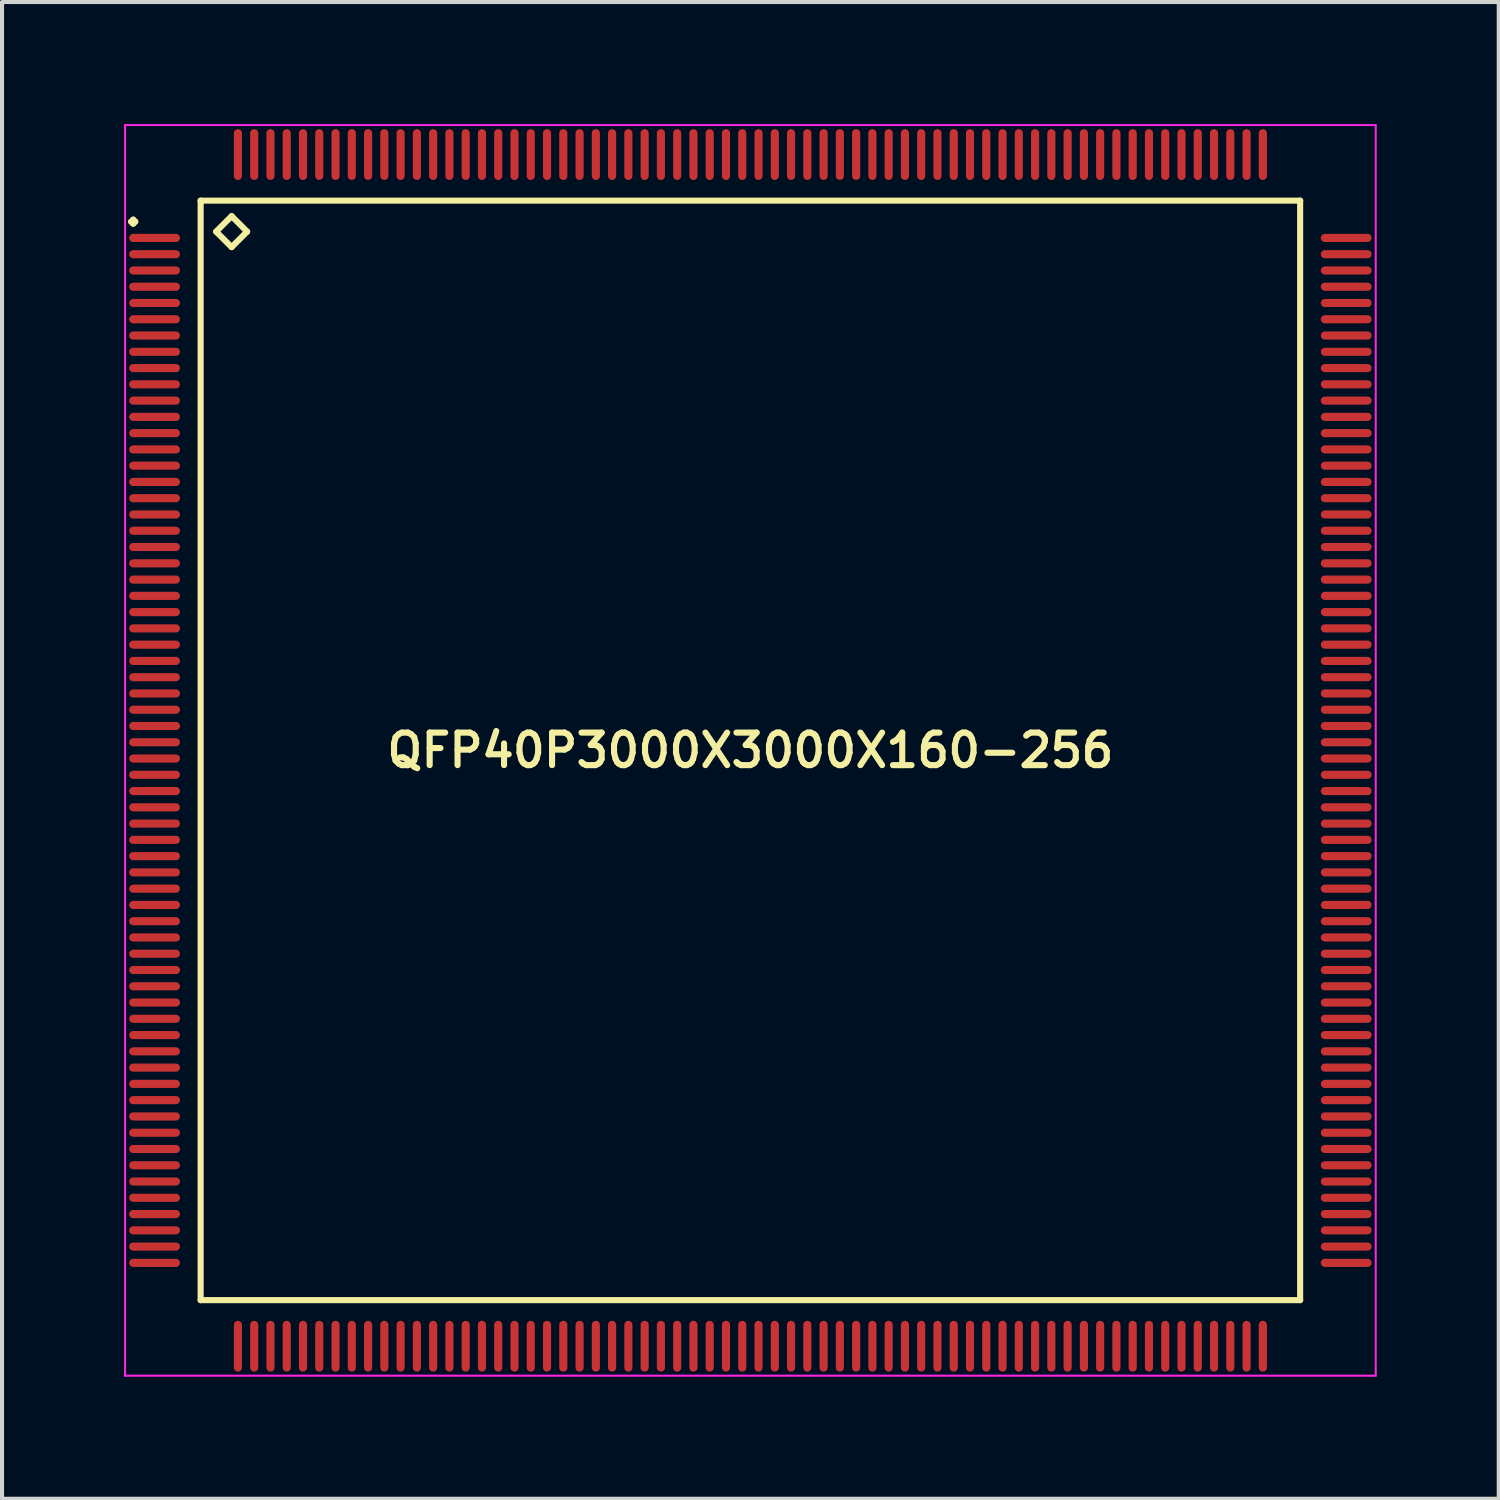
<source format=kicad_pcb>
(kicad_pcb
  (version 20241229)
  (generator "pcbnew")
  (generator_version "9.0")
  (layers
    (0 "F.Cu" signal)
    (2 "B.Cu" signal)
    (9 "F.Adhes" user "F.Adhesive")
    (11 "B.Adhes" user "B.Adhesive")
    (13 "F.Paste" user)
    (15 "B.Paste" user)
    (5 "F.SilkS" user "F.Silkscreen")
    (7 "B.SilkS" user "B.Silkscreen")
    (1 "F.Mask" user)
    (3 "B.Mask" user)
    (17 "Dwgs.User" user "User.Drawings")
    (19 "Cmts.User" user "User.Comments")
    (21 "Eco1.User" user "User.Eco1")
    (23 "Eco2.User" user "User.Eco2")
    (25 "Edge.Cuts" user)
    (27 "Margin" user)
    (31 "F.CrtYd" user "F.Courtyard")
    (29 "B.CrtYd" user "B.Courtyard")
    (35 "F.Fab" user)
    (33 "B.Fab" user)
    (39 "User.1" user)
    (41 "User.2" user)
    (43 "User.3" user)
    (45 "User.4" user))
  (footprint "QFP40P3000X3000X160-256"
    (layer "F.Cu")
    (at 15.4 15.4)
    (property "Reference" "QFP40P3000X3000X160-256" (at 0 0 0) (layer "F.SilkS") (effects (font (size 0.8 0.8) (thickness 0.15))))
    (attr smd)
    (fp_line (start -15.225 -13) (end -15.175 -13.05) (stroke (width 0.15) (type solid)) (layer "F.SilkS"))
    (fp_line (start -15.175 -13.05) (end -15.125 -13) (stroke (width 0.15) (type solid)) (layer "F.SilkS"))
    (fp_line (start -15.175 -12.95) (end -15.225 -13) (stroke (width 0.15) (type solid)) (layer "F.SilkS"))
    (fp_line (start -15.125 -13) (end -15.175 -12.95) (stroke (width 0.15) (type solid)) (layer "F.SilkS"))
    (fp_line (start -13.517 -13.517) (end -13.517 13.517) (stroke (width 0.15) (type solid)) (layer "F.SilkS"))
    (fp_line (start -13.517 13.517) (end 13.517 13.517) (stroke (width 0.15) (type solid)) (layer "F.SilkS"))
    (fp_line (start -13.136 -12.755) (end -12.755 -13.136) (stroke (width 0.15) (type solid)) (layer "F.SilkS"))
    (fp_line (start -12.755 -13.136) (end -12.374 -12.755) (stroke (width 0.15) (type solid)) (layer "F.SilkS"))
    (fp_line (start -12.755 -12.374) (end -13.136 -12.755) (stroke (width 0.15) (type solid)) (layer "F.SilkS"))
    (fp_line (start -12.374 -12.755) (end -12.755 -12.374) (stroke (width 0.15) (type solid)) (layer "F.SilkS"))
    (fp_line (start 13.517 -13.517) (end -13.517 -13.517) (stroke (width 0.15) (type solid)) (layer "F.SilkS"))
    (fp_line (start 13.517 13.517) (end 13.517 -13.517) (stroke (width 0.15) (type solid)) (layer "F.SilkS"))
    (fp_line (start -15.375 -15.375) (end 15.375 -15.375) (stroke (width 0.05) (type solid)) (layer "F.CrtYd"))
    (fp_line (start -15.375 15.375) (end -15.375 -15.375) (stroke (width 0.05) (type solid)) (layer "F.CrtYd"))
    (fp_line (start 15.375 -15.375) (end 15.375 15.375) (stroke (width 0.05) (type solid)) (layer "F.CrtYd"))
    (fp_line (start 15.375 15.375) (end -15.375 15.375) (stroke (width 0.05) (type solid)) (layer "F.CrtYd"))
    (pad "1" smd oval (at -14.65 -12.6) (size 1.25 0.2) (layers "F.Cu" "F.Mask" "F.Paste"))
    (pad "2" smd oval (at -14.65 -12.2) (size 1.25 0.2) (layers "F.Cu" "F.Mask" "F.Paste"))
    (pad "3" smd oval (at -14.65 -11.8) (size 1.25 0.2) (layers "F.Cu" "F.Mask" "F.Paste"))
    (pad "4" smd oval (at -14.65 -11.4) (size 1.25 0.2) (layers "F.Cu" "F.Mask" "F.Paste"))
    (pad "5" smd oval (at -14.65 -11) (size 1.25 0.2) (layers "F.Cu" "F.Mask" "F.Paste"))
    (pad "6" smd oval (at -14.65 -10.6) (size 1.25 0.2) (layers "F.Cu" "F.Mask" "F.Paste"))
    (pad "7" smd oval (at -14.65 -10.2) (size 1.25 0.2) (layers "F.Cu" "F.Mask" "F.Paste"))
    (pad "8" smd oval (at -14.65 -9.8) (size 1.25 0.2) (layers "F.Cu" "F.Mask" "F.Paste"))
    (pad "9" smd oval (at -14.65 -9.4) (size 1.25 0.2) (layers "F.Cu" "F.Mask" "F.Paste"))
    (pad "10" smd oval (at -14.65 -9) (size 1.25 0.2) (layers "F.Cu" "F.Mask" "F.Paste"))
    (pad "11" smd oval (at -14.65 -8.6) (size 1.25 0.2) (layers "F.Cu" "F.Mask" "F.Paste"))
    (pad "12" smd oval (at -14.65 -8.2) (size 1.25 0.2) (layers "F.Cu" "F.Mask" "F.Paste"))
    (pad "13" smd oval (at -14.65 -7.8) (size 1.25 0.2) (layers "F.Cu" "F.Mask" "F.Paste"))
    (pad "14" smd oval (at -14.65 -7.4) (size 1.25 0.2) (layers "F.Cu" "F.Mask" "F.Paste"))
    (pad "15" smd oval (at -14.65 -7) (size 1.25 0.2) (layers "F.Cu" "F.Mask" "F.Paste"))
    (pad "16" smd oval (at -14.65 -6.6) (size 1.25 0.2) (layers "F.Cu" "F.Mask" "F.Paste"))
    (pad "17" smd oval (at -14.65 -6.2) (size 1.25 0.2) (layers "F.Cu" "F.Mask" "F.Paste"))
    (pad "18" smd oval (at -14.65 -5.8) (size 1.25 0.2) (layers "F.Cu" "F.Mask" "F.Paste"))
    (pad "19" smd oval (at -14.65 -5.4) (size 1.25 0.2) (layers "F.Cu" "F.Mask" "F.Paste"))
    (pad "20" smd oval (at -14.65 -5) (size 1.25 0.2) (layers "F.Cu" "F.Mask" "F.Paste"))
    (pad "21" smd oval (at -14.65 -4.6) (size 1.25 0.2) (layers "F.Cu" "F.Mask" "F.Paste"))
    (pad "22" smd oval (at -14.65 -4.2) (size 1.25 0.2) (layers "F.Cu" "F.Mask" "F.Paste"))
    (pad "23" smd oval (at -14.65 -3.8) (size 1.25 0.2) (layers "F.Cu" "F.Mask" "F.Paste"))
    (pad "24" smd oval (at -14.65 -3.4) (size 1.25 0.2) (layers "F.Cu" "F.Mask" "F.Paste"))
    (pad "25" smd oval (at -14.65 -3) (size 1.25 0.2) (layers "F.Cu" "F.Mask" "F.Paste"))
    (pad "26" smd oval (at -14.65 -2.6) (size 1.25 0.2) (layers "F.Cu" "F.Mask" "F.Paste"))
    (pad "27" smd oval (at -14.65 -2.2) (size 1.25 0.2) (layers "F.Cu" "F.Mask" "F.Paste"))
    (pad "28" smd oval (at -14.65 -1.8) (size 1.25 0.2) (layers "F.Cu" "F.Mask" "F.Paste"))
    (pad "29" smd oval (at -14.65 -1.4) (size 1.25 0.2) (layers "F.Cu" "F.Mask" "F.Paste"))
    (pad "30" smd oval (at -14.65 -1) (size 1.25 0.2) (layers "F.Cu" "F.Mask" "F.Paste"))
    (pad "31" smd oval (at -14.65 -0.6) (size 1.25 0.2) (layers "F.Cu" "F.Mask" "F.Paste"))
    (pad "32" smd oval (at -14.65 -0.2) (size 1.25 0.2) (layers "F.Cu" "F.Mask" "F.Paste"))
    (pad "33" smd oval (at -14.65 0.2) (size 1.25 0.2) (layers "F.Cu" "F.Mask" "F.Paste"))
    (pad "34" smd oval (at -14.65 0.6) (size 1.25 0.2) (layers "F.Cu" "F.Mask" "F.Paste"))
    (pad "35" smd oval (at -14.65 1) (size 1.25 0.2) (layers "F.Cu" "F.Mask" "F.Paste"))
    (pad "36" smd oval (at -14.65 1.4) (size 1.25 0.2) (layers "F.Cu" "F.Mask" "F.Paste"))
    (pad "37" smd oval (at -14.65 1.8) (size 1.25 0.2) (layers "F.Cu" "F.Mask" "F.Paste"))
    (pad "38" smd oval (at -14.65 2.2) (size 1.25 0.2) (layers "F.Cu" "F.Mask" "F.Paste"))
    (pad "39" smd oval (at -14.65 2.6) (size 1.25 0.2) (layers "F.Cu" "F.Mask" "F.Paste"))
    (pad "40" smd oval (at -14.65 3) (size 1.25 0.2) (layers "F.Cu" "F.Mask" "F.Paste"))
    (pad "41" smd oval (at -14.65 3.4) (size 1.25 0.2) (layers "F.Cu" "F.Mask" "F.Paste"))
    (pad "42" smd oval (at -14.65 3.8) (size 1.25 0.2) (layers "F.Cu" "F.Mask" "F.Paste"))
    (pad "43" smd oval (at -14.65 4.2) (size 1.25 0.2) (layers "F.Cu" "F.Mask" "F.Paste"))
    (pad "44" smd oval (at -14.65 4.6) (size 1.25 0.2) (layers "F.Cu" "F.Mask" "F.Paste"))
    (pad "45" smd oval (at -14.65 5) (size 1.25 0.2) (layers "F.Cu" "F.Mask" "F.Paste"))
    (pad "46" smd oval (at -14.65 5.4) (size 1.25 0.2) (layers "F.Cu" "F.Mask" "F.Paste"))
    (pad "47" smd oval (at -14.65 5.8) (size 1.25 0.2) (layers "F.Cu" "F.Mask" "F.Paste"))
    (pad "48" smd oval (at -14.65 6.2) (size 1.25 0.2) (layers "F.Cu" "F.Mask" "F.Paste"))
    (pad "49" smd oval (at -14.65 6.6) (size 1.25 0.2) (layers "F.Cu" "F.Mask" "F.Paste"))
    (pad "50" smd oval (at -14.65 7) (size 1.25 0.2) (layers "F.Cu" "F.Mask" "F.Paste"))
    (pad "51" smd oval (at -14.65 7.4) (size 1.25 0.2) (layers "F.Cu" "F.Mask" "F.Paste"))
    (pad "52" smd oval (at -14.65 7.8) (size 1.25 0.2) (layers "F.Cu" "F.Mask" "F.Paste"))
    (pad "53" smd oval (at -14.65 8.2) (size 1.25 0.2) (layers "F.Cu" "F.Mask" "F.Paste"))
    (pad "54" smd oval (at -14.65 8.6) (size 1.25 0.2) (layers "F.Cu" "F.Mask" "F.Paste"))
    (pad "55" smd oval (at -14.65 9) (size 1.25 0.2) (layers "F.Cu" "F.Mask" "F.Paste"))
    (pad "56" smd oval (at -14.65 9.4) (size 1.25 0.2) (layers "F.Cu" "F.Mask" "F.Paste"))
    (pad "57" smd oval (at -14.65 9.8) (size 1.25 0.2) (layers "F.Cu" "F.Mask" "F.Paste"))
    (pad "58" smd oval (at -14.65 10.2) (size 1.25 0.2) (layers "F.Cu" "F.Mask" "F.Paste"))
    (pad "59" smd oval (at -14.65 10.6) (size 1.25 0.2) (layers "F.Cu" "F.Mask" "F.Paste"))
    (pad "60" smd oval (at -14.65 11) (size 1.25 0.2) (layers "F.Cu" "F.Mask" "F.Paste"))
    (pad "61" smd oval (at -14.65 11.4) (size 1.25 0.2) (layers "F.Cu" "F.Mask" "F.Paste"))
    (pad "62" smd oval (at -14.65 11.8) (size 1.25 0.2) (layers "F.Cu" "F.Mask" "F.Paste"))
    (pad "63" smd oval (at -14.65 12.2) (size 1.25 0.2) (layers "F.Cu" "F.Mask" "F.Paste"))
    (pad "64" smd oval (at -14.65 12.6) (size 1.25 0.2) (layers "F.Cu" "F.Mask" "F.Paste"))
    (pad "65" smd oval (at -12.6 14.65) (size 0.2 1.25) (layers "F.Cu" "F.Mask" "F.Paste"))
    (pad "66" smd oval (at -12.2 14.65) (size 0.2 1.25) (layers "F.Cu" "F.Mask" "F.Paste"))
    (pad "67" smd oval (at -11.8 14.65) (size 0.2 1.25) (layers "F.Cu" "F.Mask" "F.Paste"))
    (pad "68" smd oval (at -11.4 14.65) (size 0.2 1.25) (layers "F.Cu" "F.Mask" "F.Paste"))
    (pad "69" smd oval (at -11 14.65) (size 0.2 1.25) (layers "F.Cu" "F.Mask" "F.Paste"))
    (pad "70" smd oval (at -10.6 14.65) (size 0.2 1.25) (layers "F.Cu" "F.Mask" "F.Paste"))
    (pad "71" smd oval (at -10.2 14.65) (size 0.2 1.25) (layers "F.Cu" "F.Mask" "F.Paste"))
    (pad "72" smd oval (at -9.8 14.65) (size 0.2 1.25) (layers "F.Cu" "F.Mask" "F.Paste"))
    (pad "73" smd oval (at -9.4 14.65) (size 0.2 1.25) (layers "F.Cu" "F.Mask" "F.Paste"))
    (pad "74" smd oval (at -9 14.65) (size 0.2 1.25) (layers "F.Cu" "F.Mask" "F.Paste"))
    (pad "75" smd oval (at -8.6 14.65) (size 0.2 1.25) (layers "F.Cu" "F.Mask" "F.Paste"))
    (pad "76" smd oval (at -8.2 14.65) (size 0.2 1.25) (layers "F.Cu" "F.Mask" "F.Paste"))
    (pad "77" smd oval (at -7.8 14.65) (size 0.2 1.25) (layers "F.Cu" "F.Mask" "F.Paste"))
    (pad "78" smd oval (at -7.4 14.65) (size 0.2 1.25) (layers "F.Cu" "F.Mask" "F.Paste"))
    (pad "79" smd oval (at -7 14.65) (size 0.2 1.25) (layers "F.Cu" "F.Mask" "F.Paste"))
    (pad "80" smd oval (at -6.6 14.65) (size 0.2 1.25) (layers "F.Cu" "F.Mask" "F.Paste"))
    (pad "81" smd oval (at -6.2 14.65) (size 0.2 1.25) (layers "F.Cu" "F.Mask" "F.Paste"))
    (pad "82" smd oval (at -5.8 14.65) (size 0.2 1.25) (layers "F.Cu" "F.Mask" "F.Paste"))
    (pad "83" smd oval (at -5.4 14.65) (size 0.2 1.25) (layers "F.Cu" "F.Mask" "F.Paste"))
    (pad "84" smd oval (at -5 14.65) (size 0.2 1.25) (layers "F.Cu" "F.Mask" "F.Paste"))
    (pad "85" smd oval (at -4.6 14.65) (size 0.2 1.25) (layers "F.Cu" "F.Mask" "F.Paste"))
    (pad "86" smd oval (at -4.2 14.65) (size 0.2 1.25) (layers "F.Cu" "F.Mask" "F.Paste"))
    (pad "87" smd oval (at -3.8 14.65) (size 0.2 1.25) (layers "F.Cu" "F.Mask" "F.Paste"))
    (pad "88" smd oval (at -3.4 14.65) (size 0.2 1.25) (layers "F.Cu" "F.Mask" "F.Paste"))
    (pad "89" smd oval (at -3 14.65) (size 0.2 1.25) (layers "F.Cu" "F.Mask" "F.Paste"))
    (pad "90" smd oval (at -2.6 14.65) (size 0.2 1.25) (layers "F.Cu" "F.Mask" "F.Paste"))
    (pad "91" smd oval (at -2.2 14.65) (size 0.2 1.25) (layers "F.Cu" "F.Mask" "F.Paste"))
    (pad "92" smd oval (at -1.8 14.65) (size 0.2 1.25) (layers "F.Cu" "F.Mask" "F.Paste"))
    (pad "93" smd oval (at -1.4 14.65) (size 0.2 1.25) (layers "F.Cu" "F.Mask" "F.Paste"))
    (pad "94" smd oval (at -1 14.65) (size 0.2 1.25) (layers "F.Cu" "F.Mask" "F.Paste"))
    (pad "95" smd oval (at -0.6 14.65) (size 0.2 1.25) (layers "F.Cu" "F.Mask" "F.Paste"))
    (pad "96" smd oval (at -0.2 14.65) (size 0.2 1.25) (layers "F.Cu" "F.Mask" "F.Paste"))
    (pad "97" smd oval (at 0.2 14.65) (size 0.2 1.25) (layers "F.Cu" "F.Mask" "F.Paste"))
    (pad "98" smd oval (at 0.6 14.65) (size 0.2 1.25) (layers "F.Cu" "F.Mask" "F.Paste"))
    (pad "99" smd oval (at 1 14.65) (size 0.2 1.25) (layers "F.Cu" "F.Mask" "F.Paste"))
    (pad "100" smd oval (at 1.4 14.65) (size 0.2 1.25) (layers "F.Cu" "F.Mask" "F.Paste"))
    (pad "101" smd oval (at 1.8 14.65) (size 0.2 1.25) (layers "F.Cu" "F.Mask" "F.Paste"))
    (pad "102" smd oval (at 2.2 14.65) (size 0.2 1.25) (layers "F.Cu" "F.Mask" "F.Paste"))
    (pad "103" smd oval (at 2.6 14.65) (size 0.2 1.25) (layers "F.Cu" "F.Mask" "F.Paste"))
    (pad "104" smd oval (at 3 14.65) (size 0.2 1.25) (layers "F.Cu" "F.Mask" "F.Paste"))
    (pad "105" smd oval (at 3.4 14.65) (size 0.2 1.25) (layers "F.Cu" "F.Mask" "F.Paste"))
    (pad "106" smd oval (at 3.8 14.65) (size 0.2 1.25) (layers "F.Cu" "F.Mask" "F.Paste"))
    (pad "107" smd oval (at 4.2 14.65) (size 0.2 1.25) (layers "F.Cu" "F.Mask" "F.Paste"))
    (pad "108" smd oval (at 4.6 14.65) (size 0.2 1.25) (layers "F.Cu" "F.Mask" "F.Paste"))
    (pad "109" smd oval (at 5 14.65) (size 0.2 1.25) (layers "F.Cu" "F.Mask" "F.Paste"))
    (pad "110" smd oval (at 5.4 14.65) (size 0.2 1.25) (layers "F.Cu" "F.Mask" "F.Paste"))
    (pad "111" smd oval (at 5.8 14.65) (size 0.2 1.25) (layers "F.Cu" "F.Mask" "F.Paste"))
    (pad "112" smd oval (at 6.2 14.65) (size 0.2 1.25) (layers "F.Cu" "F.Mask" "F.Paste"))
    (pad "113" smd oval (at 6.6 14.65) (size 0.2 1.25) (layers "F.Cu" "F.Mask" "F.Paste"))
    (pad "114" smd oval (at 7 14.65) (size 0.2 1.25) (layers "F.Cu" "F.Mask" "F.Paste"))
    (pad "115" smd oval (at 7.4 14.65) (size 0.2 1.25) (layers "F.Cu" "F.Mask" "F.Paste"))
    (pad "116" smd oval (at 7.8 14.65) (size 0.2 1.25) (layers "F.Cu" "F.Mask" "F.Paste"))
    (pad "117" smd oval (at 8.2 14.65) (size 0.2 1.25) (layers "F.Cu" "F.Mask" "F.Paste"))
    (pad "118" smd oval (at 8.6 14.65) (size 0.2 1.25) (layers "F.Cu" "F.Mask" "F.Paste"))
    (pad "119" smd oval (at 9 14.65) (size 0.2 1.25) (layers "F.Cu" "F.Mask" "F.Paste"))
    (pad "120" smd oval (at 9.4 14.65) (size 0.2 1.25) (layers "F.Cu" "F.Mask" "F.Paste"))
    (pad "121" smd oval (at 9.8 14.65) (size 0.2 1.25) (layers "F.Cu" "F.Mask" "F.Paste"))
    (pad "122" smd oval (at 10.2 14.65) (size 0.2 1.25) (layers "F.Cu" "F.Mask" "F.Paste"))
    (pad "123" smd oval (at 10.6 14.65) (size 0.2 1.25) (layers "F.Cu" "F.Mask" "F.Paste"))
    (pad "124" smd oval (at 11 14.65) (size 0.2 1.25) (layers "F.Cu" "F.Mask" "F.Paste"))
    (pad "125" smd oval (at 11.4 14.65) (size 0.2 1.25) (layers "F.Cu" "F.Mask" "F.Paste"))
    (pad "126" smd oval (at 11.8 14.65) (size 0.2 1.25) (layers "F.Cu" "F.Mask" "F.Paste"))
    (pad "127" smd oval (at 12.2 14.65) (size 0.2 1.25) (layers "F.Cu" "F.Mask" "F.Paste"))
    (pad "128" smd oval (at 12.6 14.65) (size 0.2 1.25) (layers "F.Cu" "F.Mask" "F.Paste"))
    (pad "129" smd oval (at 14.65 12.6) (size 1.25 0.2) (layers "F.Cu" "F.Mask" "F.Paste"))
    (pad "130" smd oval (at 14.65 12.2) (size 1.25 0.2) (layers "F.Cu" "F.Mask" "F.Paste"))
    (pad "131" smd oval (at 14.65 11.8) (size 1.25 0.2) (layers "F.Cu" "F.Mask" "F.Paste"))
    (pad "132" smd oval (at 14.65 11.4) (size 1.25 0.2) (layers "F.Cu" "F.Mask" "F.Paste"))
    (pad "133" smd oval (at 14.65 11) (size 1.25 0.2) (layers "F.Cu" "F.Mask" "F.Paste"))
    (pad "134" smd oval (at 14.65 10.6) (size 1.25 0.2) (layers "F.Cu" "F.Mask" "F.Paste"))
    (pad "135" smd oval (at 14.65 10.2) (size 1.25 0.2) (layers "F.Cu" "F.Mask" "F.Paste"))
    (pad "136" smd oval (at 14.65 9.8) (size 1.25 0.2) (layers "F.Cu" "F.Mask" "F.Paste"))
    (pad "137" smd oval (at 14.65 9.4) (size 1.25 0.2) (layers "F.Cu" "F.Mask" "F.Paste"))
    (pad "138" smd oval (at 14.65 9) (size 1.25 0.2) (layers "F.Cu" "F.Mask" "F.Paste"))
    (pad "139" smd oval (at 14.65 8.6) (size 1.25 0.2) (layers "F.Cu" "F.Mask" "F.Paste"))
    (pad "140" smd oval (at 14.65 8.2) (size 1.25 0.2) (layers "F.Cu" "F.Mask" "F.Paste"))
    (pad "141" smd oval (at 14.65 7.8) (size 1.25 0.2) (layers "F.Cu" "F.Mask" "F.Paste"))
    (pad "142" smd oval (at 14.65 7.4) (size 1.25 0.2) (layers "F.Cu" "F.Mask" "F.Paste"))
    (pad "143" smd oval (at 14.65 7) (size 1.25 0.2) (layers "F.Cu" "F.Mask" "F.Paste"))
    (pad "144" smd oval (at 14.65 6.6) (size 1.25 0.2) (layers "F.Cu" "F.Mask" "F.Paste"))
    (pad "145" smd oval (at 14.65 6.2) (size 1.25 0.2) (layers "F.Cu" "F.Mask" "F.Paste"))
    (pad "146" smd oval (at 14.65 5.8) (size 1.25 0.2) (layers "F.Cu" "F.Mask" "F.Paste"))
    (pad "147" smd oval (at 14.65 5.4) (size 1.25 0.2) (layers "F.Cu" "F.Mask" "F.Paste"))
    (pad "148" smd oval (at 14.65 5) (size 1.25 0.2) (layers "F.Cu" "F.Mask" "F.Paste"))
    (pad "149" smd oval (at 14.65 4.6) (size 1.25 0.2) (layers "F.Cu" "F.Mask" "F.Paste"))
    (pad "150" smd oval (at 14.65 4.2) (size 1.25 0.2) (layers "F.Cu" "F.Mask" "F.Paste"))
    (pad "151" smd oval (at 14.65 3.8) (size 1.25 0.2) (layers "F.Cu" "F.Mask" "F.Paste"))
    (pad "152" smd oval (at 14.65 3.4) (size 1.25 0.2) (layers "F.Cu" "F.Mask" "F.Paste"))
    (pad "153" smd oval (at 14.65 3) (size 1.25 0.2) (layers "F.Cu" "F.Mask" "F.Paste"))
    (pad "154" smd oval (at 14.65 2.6) (size 1.25 0.2) (layers "F.Cu" "F.Mask" "F.Paste"))
    (pad "155" smd oval (at 14.65 2.2) (size 1.25 0.2) (layers "F.Cu" "F.Mask" "F.Paste"))
    (pad "156" smd oval (at 14.65 1.8) (size 1.25 0.2) (layers "F.Cu" "F.Mask" "F.Paste"))
    (pad "157" smd oval (at 14.65 1.4) (size 1.25 0.2) (layers "F.Cu" "F.Mask" "F.Paste"))
    (pad "158" smd oval (at 14.65 1) (size 1.25 0.2) (layers "F.Cu" "F.Mask" "F.Paste"))
    (pad "159" smd oval (at 14.65 0.6) (size 1.25 0.2) (layers "F.Cu" "F.Mask" "F.Paste"))
    (pad "160" smd oval (at 14.65 0.2) (size 1.25 0.2) (layers "F.Cu" "F.Mask" "F.Paste"))
    (pad "161" smd oval (at 14.65 -0.2) (size 1.25 0.2) (layers "F.Cu" "F.Mask" "F.Paste"))
    (pad "162" smd oval (at 14.65 -0.6) (size 1.25 0.2) (layers "F.Cu" "F.Mask" "F.Paste"))
    (pad "163" smd oval (at 14.65 -1) (size 1.25 0.2) (layers "F.Cu" "F.Mask" "F.Paste"))
    (pad "164" smd oval (at 14.65 -1.4) (size 1.25 0.2) (layers "F.Cu" "F.Mask" "F.Paste"))
    (pad "165" smd oval (at 14.65 -1.8) (size 1.25 0.2) (layers "F.Cu" "F.Mask" "F.Paste"))
    (pad "166" smd oval (at 14.65 -2.2) (size 1.25 0.2) (layers "F.Cu" "F.Mask" "F.Paste"))
    (pad "167" smd oval (at 14.65 -2.6) (size 1.25 0.2) (layers "F.Cu" "F.Mask" "F.Paste"))
    (pad "168" smd oval (at 14.65 -3) (size 1.25 0.2) (layers "F.Cu" "F.Mask" "F.Paste"))
    (pad "169" smd oval (at 14.65 -3.4) (size 1.25 0.2) (layers "F.Cu" "F.Mask" "F.Paste"))
    (pad "170" smd oval (at 14.65 -3.8) (size 1.25 0.2) (layers "F.Cu" "F.Mask" "F.Paste"))
    (pad "171" smd oval (at 14.65 -4.2) (size 1.25 0.2) (layers "F.Cu" "F.Mask" "F.Paste"))
    (pad "172" smd oval (at 14.65 -4.6) (size 1.25 0.2) (layers "F.Cu" "F.Mask" "F.Paste"))
    (pad "173" smd oval (at 14.65 -5) (size 1.25 0.2) (layers "F.Cu" "F.Mask" "F.Paste"))
    (pad "174" smd oval (at 14.65 -5.4) (size 1.25 0.2) (layers "F.Cu" "F.Mask" "F.Paste"))
    (pad "175" smd oval (at 14.65 -5.8) (size 1.25 0.2) (layers "F.Cu" "F.Mask" "F.Paste"))
    (pad "176" smd oval (at 14.65 -6.2) (size 1.25 0.2) (layers "F.Cu" "F.Mask" "F.Paste"))
    (pad "177" smd oval (at 14.65 -6.6) (size 1.25 0.2) (layers "F.Cu" "F.Mask" "F.Paste"))
    (pad "178" smd oval (at 14.65 -7) (size 1.25 0.2) (layers "F.Cu" "F.Mask" "F.Paste"))
    (pad "179" smd oval (at 14.65 -7.4) (size 1.25 0.2) (layers "F.Cu" "F.Mask" "F.Paste"))
    (pad "180" smd oval (at 14.65 -7.8) (size 1.25 0.2) (layers "F.Cu" "F.Mask" "F.Paste"))
    (pad "181" smd oval (at 14.65 -8.2) (size 1.25 0.2) (layers "F.Cu" "F.Mask" "F.Paste"))
    (pad "182" smd oval (at 14.65 -8.6) (size 1.25 0.2) (layers "F.Cu" "F.Mask" "F.Paste"))
    (pad "183" smd oval (at 14.65 -9) (size 1.25 0.2) (layers "F.Cu" "F.Mask" "F.Paste"))
    (pad "184" smd oval (at 14.65 -9.4) (size 1.25 0.2) (layers "F.Cu" "F.Mask" "F.Paste"))
    (pad "185" smd oval (at 14.65 -9.8) (size 1.25 0.2) (layers "F.Cu" "F.Mask" "F.Paste"))
    (pad "186" smd oval (at 14.65 -10.2) (size 1.25 0.2) (layers "F.Cu" "F.Mask" "F.Paste"))
    (pad "187" smd oval (at 14.65 -10.6) (size 1.25 0.2) (layers "F.Cu" "F.Mask" "F.Paste"))
    (pad "188" smd oval (at 14.65 -11) (size 1.25 0.2) (layers "F.Cu" "F.Mask" "F.Paste"))
    (pad "189" smd oval (at 14.65 -11.4) (size 1.25 0.2) (layers "F.Cu" "F.Mask" "F.Paste"))
    (pad "190" smd oval (at 14.65 -11.8) (size 1.25 0.2) (layers "F.Cu" "F.Mask" "F.Paste"))
    (pad "191" smd oval (at 14.65 -12.2) (size 1.25 0.2) (layers "F.Cu" "F.Mask" "F.Paste"))
    (pad "192" smd oval (at 14.65 -12.6) (size 1.25 0.2) (layers "F.Cu" "F.Mask" "F.Paste"))
    (pad "193" smd oval (at 12.6 -14.65) (size 0.2 1.25) (layers "F.Cu" "F.Mask" "F.Paste"))
    (pad "194" smd oval (at 12.2 -14.65) (size 0.2 1.25) (layers "F.Cu" "F.Mask" "F.Paste"))
    (pad "195" smd oval (at 11.8 -14.65) (size 0.2 1.25) (layers "F.Cu" "F.Mask" "F.Paste"))
    (pad "196" smd oval (at 11.4 -14.65) (size 0.2 1.25) (layers "F.Cu" "F.Mask" "F.Paste"))
    (pad "197" smd oval (at 11 -14.65) (size 0.2 1.25) (layers "F.Cu" "F.Mask" "F.Paste"))
    (pad "198" smd oval (at 10.6 -14.65) (size 0.2 1.25) (layers "F.Cu" "F.Mask" "F.Paste"))
    (pad "199" smd oval (at 10.2 -14.65) (size 0.2 1.25) (layers "F.Cu" "F.Mask" "F.Paste"))
    (pad "200" smd oval (at 9.8 -14.65) (size 0.2 1.25) (layers "F.Cu" "F.Mask" "F.Paste"))
    (pad "201" smd oval (at 9.4 -14.65) (size 0.2 1.25) (layers "F.Cu" "F.Mask" "F.Paste"))
    (pad "202" smd oval (at 9 -14.65) (size 0.2 1.25) (layers "F.Cu" "F.Mask" "F.Paste"))
    (pad "203" smd oval (at 8.6 -14.65) (size 0.2 1.25) (layers "F.Cu" "F.Mask" "F.Paste"))
    (pad "204" smd oval (at 8.2 -14.65) (size 0.2 1.25) (layers "F.Cu" "F.Mask" "F.Paste"))
    (pad "205" smd oval (at 7.8 -14.65) (size 0.2 1.25) (layers "F.Cu" "F.Mask" "F.Paste"))
    (pad "206" smd oval (at 7.4 -14.65) (size 0.2 1.25) (layers "F.Cu" "F.Mask" "F.Paste"))
    (pad "207" smd oval (at 7 -14.65) (size 0.2 1.25) (layers "F.Cu" "F.Mask" "F.Paste"))
    (pad "208" smd oval (at 6.6 -14.65) (size 0.2 1.25) (layers "F.Cu" "F.Mask" "F.Paste"))
    (pad "209" smd oval (at 6.2 -14.65) (size 0.2 1.25) (layers "F.Cu" "F.Mask" "F.Paste"))
    (pad "210" smd oval (at 5.8 -14.65) (size 0.2 1.25) (layers "F.Cu" "F.Mask" "F.Paste"))
    (pad "211" smd oval (at 5.4 -14.65) (size 0.2 1.25) (layers "F.Cu" "F.Mask" "F.Paste"))
    (pad "212" smd oval (at 5 -14.65) (size 0.2 1.25) (layers "F.Cu" "F.Mask" "F.Paste"))
    (pad "213" smd oval (at 4.6 -14.65) (size 0.2 1.25) (layers "F.Cu" "F.Mask" "F.Paste"))
    (pad "214" smd oval (at 4.2 -14.65) (size 0.2 1.25) (layers "F.Cu" "F.Mask" "F.Paste"))
    (pad "215" smd oval (at 3.8 -14.65) (size 0.2 1.25) (layers "F.Cu" "F.Mask" "F.Paste"))
    (pad "216" smd oval (at 3.4 -14.65) (size 0.2 1.25) (layers "F.Cu" "F.Mask" "F.Paste"))
    (pad "217" smd oval (at 3 -14.65) (size 0.2 1.25) (layers "F.Cu" "F.Mask" "F.Paste"))
    (pad "218" smd oval (at 2.6 -14.65) (size 0.2 1.25) (layers "F.Cu" "F.Mask" "F.Paste"))
    (pad "219" smd oval (at 2.2 -14.65) (size 0.2 1.25) (layers "F.Cu" "F.Mask" "F.Paste"))
    (pad "220" smd oval (at 1.8 -14.65) (size 0.2 1.25) (layers "F.Cu" "F.Mask" "F.Paste"))
    (pad "221" smd oval (at 1.4 -14.65) (size 0.2 1.25) (layers "F.Cu" "F.Mask" "F.Paste"))
    (pad "222" smd oval (at 1 -14.65) (size 0.2 1.25) (layers "F.Cu" "F.Mask" "F.Paste"))
    (pad "223" smd oval (at 0.6 -14.65) (size 0.2 1.25) (layers "F.Cu" "F.Mask" "F.Paste"))
    (pad "224" smd oval (at 0.2 -14.65) (size 0.2 1.25) (layers "F.Cu" "F.Mask" "F.Paste"))
    (pad "225" smd oval (at -0.2 -14.65) (size 0.2 1.25) (layers "F.Cu" "F.Mask" "F.Paste"))
    (pad "226" smd oval (at -0.6 -14.65) (size 0.2 1.25) (layers "F.Cu" "F.Mask" "F.Paste"))
    (pad "227" smd oval (at -1 -14.65) (size 0.2 1.25) (layers "F.Cu" "F.Mask" "F.Paste"))
    (pad "228" smd oval (at -1.4 -14.65) (size 0.2 1.25) (layers "F.Cu" "F.Mask" "F.Paste"))
    (pad "229" smd oval (at -1.8 -14.65) (size 0.2 1.25) (layers "F.Cu" "F.Mask" "F.Paste"))
    (pad "230" smd oval (at -2.2 -14.65) (size 0.2 1.25) (layers "F.Cu" "F.Mask" "F.Paste"))
    (pad "231" smd oval (at -2.6 -14.65) (size 0.2 1.25) (layers "F.Cu" "F.Mask" "F.Paste"))
    (pad "232" smd oval (at -3 -14.65) (size 0.2 1.25) (layers "F.Cu" "F.Mask" "F.Paste"))
    (pad "233" smd oval (at -3.4 -14.65) (size 0.2 1.25) (layers "F.Cu" "F.Mask" "F.Paste"))
    (pad "234" smd oval (at -3.8 -14.65) (size 0.2 1.25) (layers "F.Cu" "F.Mask" "F.Paste"))
    (pad "235" smd oval (at -4.2 -14.65) (size 0.2 1.25) (layers "F.Cu" "F.Mask" "F.Paste"))
    (pad "236" smd oval (at -4.6 -14.65) (size 0.2 1.25) (layers "F.Cu" "F.Mask" "F.Paste"))
    (pad "237" smd oval (at -5 -14.65) (size 0.2 1.25) (layers "F.Cu" "F.Mask" "F.Paste"))
    (pad "238" smd oval (at -5.4 -14.65) (size 0.2 1.25) (layers "F.Cu" "F.Mask" "F.Paste"))
    (pad "239" smd oval (at -5.8 -14.65) (size 0.2 1.25) (layers "F.Cu" "F.Mask" "F.Paste"))
    (pad "240" smd oval (at -6.2 -14.65) (size 0.2 1.25) (layers "F.Cu" "F.Mask" "F.Paste"))
    (pad "241" smd oval (at -6.6 -14.65) (size 0.2 1.25) (layers "F.Cu" "F.Mask" "F.Paste"))
    (pad "242" smd oval (at -7 -14.65) (size 0.2 1.25) (layers "F.Cu" "F.Mask" "F.Paste"))
    (pad "243" smd oval (at -7.4 -14.65) (size 0.2 1.25) (layers "F.Cu" "F.Mask" "F.Paste"))
    (pad "244" smd oval (at -7.8 -14.65) (size 0.2 1.25) (layers "F.Cu" "F.Mask" "F.Paste"))
    (pad "245" smd oval (at -8.2 -14.65) (size 0.2 1.25) (layers "F.Cu" "F.Mask" "F.Paste"))
    (pad "246" smd oval (at -8.6 -14.65) (size 0.2 1.25) (layers "F.Cu" "F.Mask" "F.Paste"))
    (pad "247" smd oval (at -9 -14.65) (size 0.2 1.25) (layers "F.Cu" "F.Mask" "F.Paste"))
    (pad "248" smd oval (at -9.4 -14.65) (size 0.2 1.25) (layers "F.Cu" "F.Mask" "F.Paste"))
    (pad "249" smd oval (at -9.8 -14.65) (size 0.2 1.25) (layers "F.Cu" "F.Mask" "F.Paste"))
    (pad "250" smd oval (at -10.2 -14.65) (size 0.2 1.25) (layers "F.Cu" "F.Mask" "F.Paste"))
    (pad "251" smd oval (at -10.6 -14.65) (size 0.2 1.25) (layers "F.Cu" "F.Mask" "F.Paste"))
    (pad "252" smd oval (at -11 -14.65) (size 0.2 1.25) (layers "F.Cu" "F.Mask" "F.Paste"))
    (pad "253" smd oval (at -11.4 -14.65) (size 0.2 1.25) (layers "F.Cu" "F.Mask" "F.Paste"))
    (pad "254" smd oval (at -11.8 -14.65) (size 0.2 1.25) (layers "F.Cu" "F.Mask" "F.Paste"))
    (pad "255" smd oval (at -12.2 -14.65) (size 0.2 1.25) (layers "F.Cu" "F.Mask" "F.Paste"))
    (pad "256" smd oval (at -12.6 -14.65) (size 0.2 1.25) (layers "F.Cu" "F.Mask" "F.Paste")))
  (gr_rect
    (start -3 -3)
    (end 33.8 33.8)
    (stroke (width 0.1) (type default))
    (fill no)
    (layer "Edge.Cuts")))
</source>
